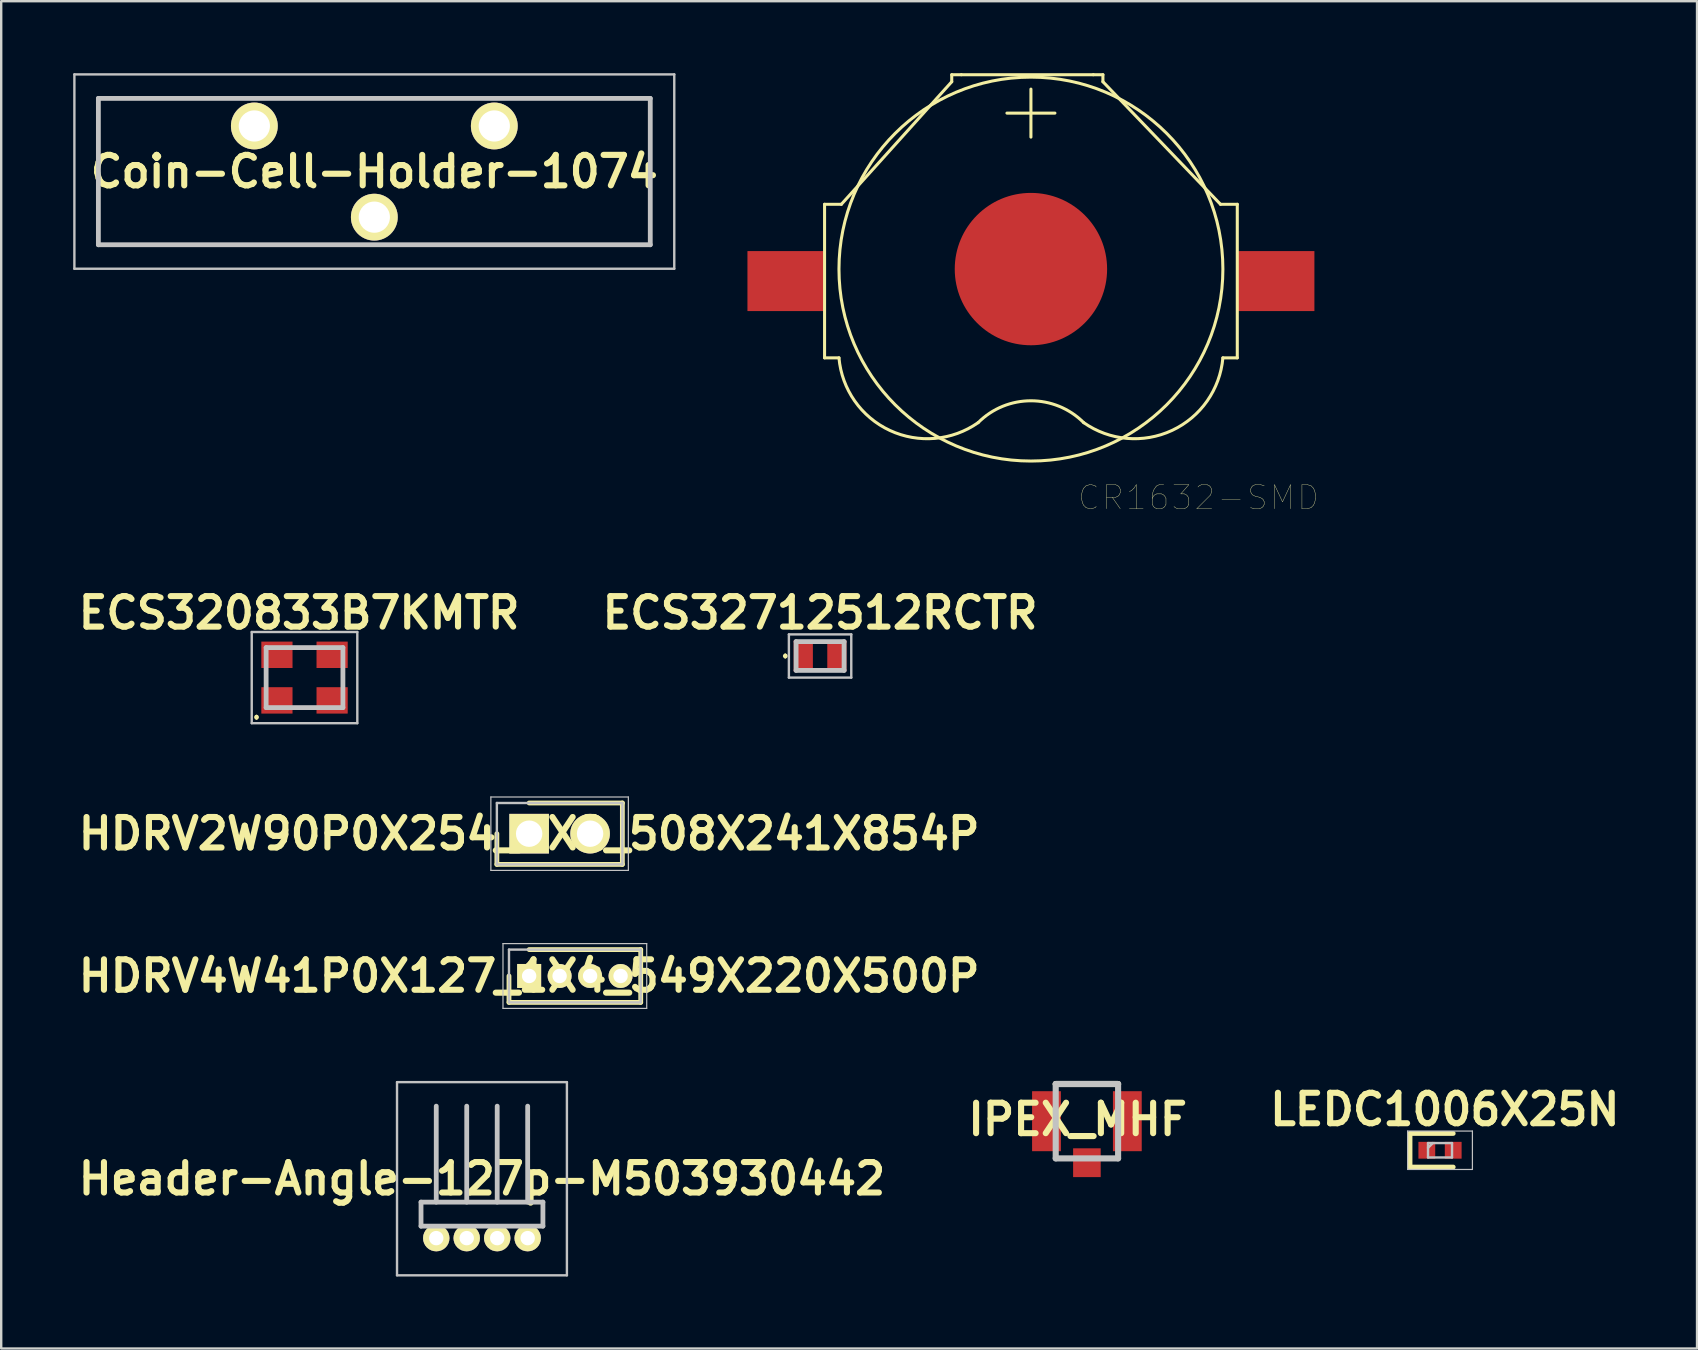
<source format=kicad_pcb>
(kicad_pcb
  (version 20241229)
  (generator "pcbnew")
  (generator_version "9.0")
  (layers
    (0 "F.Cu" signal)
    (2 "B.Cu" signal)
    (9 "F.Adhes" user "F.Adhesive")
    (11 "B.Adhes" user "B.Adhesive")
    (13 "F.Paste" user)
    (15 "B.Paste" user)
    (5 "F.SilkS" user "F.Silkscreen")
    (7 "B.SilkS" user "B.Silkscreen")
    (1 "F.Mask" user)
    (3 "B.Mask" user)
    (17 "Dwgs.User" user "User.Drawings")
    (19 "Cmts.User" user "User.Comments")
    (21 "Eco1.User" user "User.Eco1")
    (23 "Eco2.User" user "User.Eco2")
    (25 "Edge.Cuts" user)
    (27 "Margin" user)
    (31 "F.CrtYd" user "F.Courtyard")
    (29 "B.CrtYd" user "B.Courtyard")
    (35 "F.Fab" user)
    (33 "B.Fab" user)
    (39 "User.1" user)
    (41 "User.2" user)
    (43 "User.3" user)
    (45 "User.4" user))
  (footprint "Header-Angle-127p-M503930442"
    (layer "F.Cu")
    (at 15.131 48.549)
    (property "Reference" "Header-Angle-127p-M503930442" (at 1.905 -2.475 0) (layer "F.SilkS") (effects (font (size 1.27 1.27) (thickness 0.254))))
    (attr through_hole)
    (fp_line (start -0.635 -1.5) (end 4.445 -1.5) (stroke (width 0.1) (type solid)) (layer "F.SilkS"))
    (fp_line (start -0.635 -1) (end -0.635 -1.5) (stroke (width 0.1) (type solid)) (layer "F.SilkS"))
    (fp_line (start 4.445 -1.5) (end 4.445 -1) (stroke (width 0.1) (type solid)) (layer "F.SilkS"))
    (fp_line (start -1.635 -6.5) (end 5.445 -6.5) (stroke (width 0.1) (type solid)) (layer "Dwgs.User"))
    (fp_line (start -1.635 1.55) (end -1.635 -6.5) (stroke (width 0.1) (type solid)) (layer "Dwgs.User"))
    (fp_line (start -0.635 -1.5) (end 4.445 -1.5) (stroke (width 0.2) (type solid)) (layer "Dwgs.User"))
    (fp_line (start -0.635 -0.5) (end -0.635 -1.5) (stroke (width 0.2) (type solid)) (layer "Dwgs.User"))
    (fp_line (start 0 -1.5) (end 0 -5.5) (stroke (width 0.2) (type solid)) (layer "Dwgs.User"))
    (fp_line (start 1.27 -1.5) (end 1.27 -5.5) (stroke (width 0.2) (type solid)) (layer "Dwgs.User"))
    (fp_line (start 2.54 -1.5) (end 2.54 -5.5) (stroke (width 0.2) (type solid)) (layer "Dwgs.User"))
    (fp_line (start 3.81 -1.5) (end 3.81 -5.5) (stroke (width 0.2) (type solid)) (layer "Dwgs.User"))
    (fp_line (start 4.445 -1.5) (end 4.445 -0.5) (stroke (width 0.2) (type solid)) (layer "Dwgs.User"))
    (fp_line (start 4.445 -0.5) (end -0.635 -0.5) (stroke (width 0.2) (type solid)) (layer "Dwgs.User"))
    (fp_line (start 5.445 -6.5) (end 5.445 1.55) (stroke (width 0.1) (type solid)) (layer "Dwgs.User"))
    (fp_line (start 5.445 1.55) (end -1.635 1.55) (stroke (width 0.1) (type solid)) (layer "Dwgs.User"))
    (pad "1" thru_hole circle (at 0 0 90) (size 1.1 1.1) (drill 0.6) (layers "*.Cu" "*.Mask" "F.SilkS"))
    (pad "2" thru_hole circle (at 1.27 0 90) (size 1.1 1.1) (drill 0.6) (layers "*.Cu" "*.Mask" "F.SilkS"))
    (pad "3" thru_hole circle (at 2.54 0 90) (size 1.1 1.1) (drill 0.6) (layers "*.Cu" "*.Mask" "F.SilkS"))
    (pad "4" thru_hole circle (at 3.81 0 90) (size 1.1 1.1) (drill 0.6) (layers "*.Cu" "*.Mask" "F.SilkS")))
  (footprint "CR1632-SMD"
    (layer "F.Cu")
    (at 39.914 8.164)
    (property "Reference" "CR1632-SMD" (at 6.985 9.525 0) (layer "F.SilkS") (effects (font (size 1 1) (thickness 0.015))))
    (attr through_hole)
    (fp_circle (center 0 0) (end 1.27 0) (stroke (width 4.064) (type solid)) (fill no) (layer "F.Mask"))
    (fp_line (start -8.6 -2.7) (end -8.6 3.7) (stroke (width 0.127) (type solid)) (layer "F.SilkS"))
    (fp_line (start -8.6 3.7) (end -8 3.7) (stroke (width 0.127) (type solid)) (layer "F.SilkS"))
    (fp_line (start -7.9 -2.7) (end -8.6 -2.7) (stroke (width 0.127) (type solid)) (layer "F.SilkS"))
    (fp_line (start -3.3 -8.1) (end -2.9 -8.1) (stroke (width 0.127) (type solid)) (layer "F.SilkS"))
    (fp_line (start -3.3 -7.808) (end -7.9 -2.7) (stroke (width 0.127) (type solid)) (layer "F.SilkS"))
    (fp_line (start -3.3 -7.808) (end -3.3 -8.1) (stroke (width 0.127) (type solid)) (layer "F.SilkS"))
    (fp_line (start -2.9 -8.1) (end 2.6 -8.1) (stroke (width 0.127) (type solid)) (layer "F.SilkS"))
    (fp_line (start -1 -6.5) (end 1 -6.5) (stroke (width 0.127) (type solid)) (layer "F.SilkS"))
    (fp_line (start 0 -7.5) (end 0 -5.5) (stroke (width 0.127) (type solid)) (layer "F.SilkS"))
    (fp_line (start 2.6 -8.1) (end 3 -8.1) (stroke (width 0.127) (type solid)) (layer "F.SilkS"))
    (fp_line (start 3 -8.1) (end 3 -7.808) (stroke (width 0.127) (type solid)) (layer "F.SilkS"))
    (fp_line (start 3 -7.808) (end 7.9 -2.7) (stroke (width 0.127) (type solid)) (layer "F.SilkS"))
    (fp_line (start 7.9 -2.7) (end 8.6 -2.7) (stroke (width 0.127) (type solid)) (layer "F.SilkS"))
    (fp_line (start 8.6 -2.7) (end 8.6 3.7) (stroke (width 0.127) (type solid)) (layer "F.SilkS"))
    (fp_line (start 8.6 3.7) (end 8 3.7) (stroke (width 0.127) (type solid)) (layer "F.SilkS"))
    (fp_arc (start -2.2 6.4) (mid -5.879423 6.724316) (end -8 3.7) (stroke (width 0.127) (type solid)) (layer "F.SilkS"))
    (fp_arc (start -2.2 6.4) (mid 0 5.48873) (end 2.2 6.4) (stroke (width 0.127) (type solid)) (layer "F.SilkS"))
    (fp_arc (start 8 3.7) (mid 5.879423 6.724316) (end 2.2 6.4) (stroke (width 0.127) (type solid)) (layer "F.SilkS"))
    (fp_circle (center 0 0) (end 8 0) (stroke (width 0.127) (type solid)) (fill no) (layer "F.SilkS"))
    (pad "P$1" smd rect (at -10.214 0.5) (size 3.2 2.5) (layers "F.Cu" "F.Mask" "F.Paste"))
    (pad "P$2" smd rect (at 10.214 0.5) (size 3.2 2.5) (layers "F.Cu" "F.Mask" "F.Paste"))
    (pad "P$3" smd circle (at 0 0) (size 6.35 6.35) (layers "F.Cu" "F.Mask" "F.Paste")))
  (footprint "IPEX_MHF"
    (layer "F.Cu")
    (at 42.247 43.676)
    (property "Reference" "IPEX_MHF" (at -0.385 -0.075 0) (layer "F.SilkS") (effects (font (size 1.27 1.27) (thickness 0.254))))
    (attr smd)
    (fp_line (start -1.3 -1.55) (end 1.3 -1.55) (stroke (width 0.254) (type solid)) (layer "F.SilkS"))
    (fp_line (start -1.3 -1.55) (end 1.3 -1.55) (stroke (width 0.254) (type solid)) (layer "Dwgs.User"))
    (fp_line (start -1.3 1.55) (end -1.3 -1.55) (stroke (width 0.254) (type solid)) (layer "Dwgs.User"))
    (fp_line (start 1.3 -1.55) (end 1.3 1.55) (stroke (width 0.254) (type solid)) (layer "Dwgs.User"))
    (fp_line (start 1.3 1.55) (end -1.3 1.55) (stroke (width 0.254) (type solid)) (layer "Dwgs.User"))
    (pad "1" smd rect (at -1.685 0) (size 1.2 2.5) (layers "F.Cu" "F.Mask" "F.Paste"))
    (pad "2" smd rect (at 1.685 0) (size 1.2 2.5) (layers "F.Cu" "F.Mask" "F.Paste"))
    (pad "3" smd rect (at 0 1.73) (size 1.15 1.2) (layers "F.Cu" "F.Mask" "F.Paste")))
  (footprint "HDRV4W41P0X127_1X4_549X220X500P"
    (layer "F.Cu")
    (at 19.002 37.624)
    (property "Reference" "HDRV4W41P0X127_1X4_549X220X500P" (at 0 0 0) (layer "F.SilkS") (effects (font (size 1.27 1.27) (thickness 0.254))))
    (attr through_hole)
    (fp_line (start -0.84 0) (end -0.84 1.1) (stroke (width 0.2) (type solid)) (layer "F.SilkS"))
    (fp_line (start -0.84 1.1) (end 4.65 1.1) (stroke (width 0.2) (type solid)) (layer "F.SilkS"))
    (fp_line (start 4.65 -1.1) (end 0 -1.1) (stroke (width 0.2) (type solid)) (layer "F.SilkS"))
    (fp_line (start 4.65 1.1) (end 4.65 -1.1) (stroke (width 0.2) (type solid)) (layer "F.SilkS"))
    (fp_line (start -1.09 -1.35) (end 4.9 -1.35) (stroke (width 0.05) (type solid)) (layer "Dwgs.User"))
    (fp_line (start -1.09 1.35) (end -1.09 -1.35) (stroke (width 0.05) (type solid)) (layer "Dwgs.User"))
    (fp_line (start -0.84 -1.1) (end 4.65 -1.1) (stroke (width 0.1) (type solid)) (layer "Dwgs.User"))
    (fp_line (start -0.84 1.1) (end -0.84 -1.1) (stroke (width 0.1) (type solid)) (layer "Dwgs.User"))
    (fp_line (start 4.65 -1.1) (end 4.65 1.1) (stroke (width 0.1) (type solid)) (layer "Dwgs.User"))
    (fp_line (start 4.65 1.1) (end -0.84 1.1) (stroke (width 0.1) (type solid)) (layer "Dwgs.User"))
    (fp_line (start 4.9 -1.35) (end 4.9 1.35) (stroke (width 0.05) (type solid)) (layer "Dwgs.User"))
    (fp_line (start 4.9 1.35) (end -1.09 1.35) (stroke (width 0.05) (type solid)) (layer "Dwgs.User"))
    (pad "1" thru_hole rect (at 0 0 90) (size 1 1) (drill 0.6) (layers "*.Cu" "*.Mask" "F.SilkS"))
    (pad "2" thru_hole circle (at 1.27 0 90) (size 1 1) (drill 0.6) (layers "*.Cu" "*.Mask" "F.SilkS"))
    (pad "3" thru_hole circle (at 2.54 0 90) (size 1 1) (drill 0.6) (layers "*.Cu" "*.Mask" "F.SilkS"))
    (pad "4" thru_hole circle (at 3.81 0 90) (size 1 1) (drill 0.6) (layers "*.Cu" "*.Mask" "F.SilkS")))
  (footprint "HDRV2W90P0X254_1X2_508X241X854P"
    (layer "F.Cu")
    (at 19.002 31.694)
    (property "Reference" "HDRV2W90P0X254_1X2_508X241X854P" (at 0 0 0) (layer "F.SilkS") (effects (font (size 1.27 1.27) (thickness 0.254))))
    (attr through_hole)
    (fp_line (start -1.345 0) (end -1.345 1.28) (stroke (width 0.2) (type solid)) (layer "F.SilkS"))
    (fp_line (start -1.345 1.28) (end 3.885 1.28) (stroke (width 0.2) (type solid)) (layer "F.SilkS"))
    (fp_line (start 3.885 -1.28) (end 0 -1.28) (stroke (width 0.2) (type solid)) (layer "F.SilkS"))
    (fp_line (start 3.885 1.28) (end 3.885 -1.28) (stroke (width 0.2) (type solid)) (layer "F.SilkS"))
    (fp_line (start -1.595 -1.53) (end 4.135 -1.53) (stroke (width 0.05) (type solid)) (layer "Dwgs.User"))
    (fp_line (start -1.595 1.53) (end -1.595 -1.53) (stroke (width 0.05) (type solid)) (layer "Dwgs.User"))
    (fp_line (start -1.345 -1.28) (end 3.885 -1.28) (stroke (width 0.1) (type solid)) (layer "Dwgs.User"))
    (fp_line (start -1.345 1.28) (end -1.345 -1.28) (stroke (width 0.1) (type solid)) (layer "Dwgs.User"))
    (fp_line (start 3.885 -1.28) (end 3.885 1.28) (stroke (width 0.1) (type solid)) (layer "Dwgs.User"))
    (fp_line (start 3.885 1.28) (end -1.345 1.28) (stroke (width 0.1) (type solid)) (layer "Dwgs.User"))
    (fp_line (start 4.135 -1.53) (end 4.135 1.53) (stroke (width 0.05) (type solid)) (layer "Dwgs.User"))
    (fp_line (start 4.135 1.53) (end -1.595 1.53) (stroke (width 0.05) (type solid)) (layer "Dwgs.User"))
    (pad "1" thru_hole rect (at 0 0 90) (size 1.65 1.65) (drill 1.1) (layers "*.Cu" "*.Mask" "F.SilkS"))
    (pad "2" thru_hole circle (at 2.54 0 90) (size 1.65 1.65) (drill 1.1) (layers "*.Cu" "*.Mask" "F.SilkS")))
  (footprint "LEDC1006X25N"
    (layer "F.Cu")
    (at 56.963 44.887)
    (property "Reference" "LEDC1006X25N" (at 0.2 -1.7 0) (layer "F.SilkS") (effects (font (size 1.27 1.27) (thickness 0.254))))
    (attr smd)
    (fp_line (start -1.25 -0.7) (end -1.25 0.7) (stroke (width 0.2) (type solid)) (layer "F.SilkS"))
    (fp_line (start -1.25 0.7) (end 0.55 0.7) (stroke (width 0.2) (type solid)) (layer "F.SilkS"))
    (fp_line (start 0.55 -0.7) (end -1.25 -0.7) (stroke (width 0.2) (type solid)) (layer "F.SilkS"))
    (fp_line (start -1.35 -0.8) (end 1.35 -0.8) (stroke (width 0.05) (type solid)) (layer "Dwgs.User"))
    (fp_line (start -1.35 0.8) (end -1.35 -0.8) (stroke (width 0.05) (type solid)) (layer "Dwgs.User"))
    (fp_line (start -0.5 -0.3) (end 0.5 -0.3) (stroke (width 0.1) (type solid)) (layer "Dwgs.User"))
    (fp_line (start -0.5 -0.1) (end -0.3 -0.3) (stroke (width 0.1) (type solid)) (layer "Dwgs.User"))
    (fp_line (start -0.5 0.3) (end -0.5 -0.3) (stroke (width 0.1) (type solid)) (layer "Dwgs.User"))
    (fp_line (start 0.5 -0.3) (end 0.5 0.3) (stroke (width 0.1) (type solid)) (layer "Dwgs.User"))
    (fp_line (start 0.5 0.3) (end -0.5 0.3) (stroke (width 0.1) (type solid)) (layer "Dwgs.User"))
    (fp_line (start 1.35 -0.8) (end 1.35 0.8) (stroke (width 0.05) (type solid)) (layer "Dwgs.User"))
    (fp_line (start 1.35 0.8) (end -1.35 0.8) (stroke (width 0.05) (type solid)) (layer "Dwgs.User"))
    (pad "1" smd rect (at -0.55 0 90) (size 0.7 0.7) (layers "F.Cu" "F.Mask" "F.Paste"))
    (pad "2" smd rect (at 0.55 0 90) (size 0.7 0.7) (layers "F.Cu" "F.Mask" "F.Paste")))
  (footprint "ECS320833B7KMTR"
    (layer "F.Cu")
    (at 9.641 25.189)
    (property "Reference" "ECS320833B7KMTR" (at -0.225 -2.7 0) (layer "F.SilkS") (effects (font (size 1.27 1.27) (thickness 0.254))))
    (attr smd)
    (fp_line (start -2 1.6) (end -2 1.6) (stroke (width 0.1) (type solid)) (layer "F.SilkS"))
    (fp_line (start -2 1.7) (end -2 1.7) (stroke (width 0.1) (type solid)) (layer "F.SilkS"))
    (fp_line (start -1.6 0.2) (end -1.6 -0.2) (stroke (width 0.1) (type solid)) (layer "F.SilkS"))
    (fp_line (start -0.2 -1.25) (end 0.2 -1.25) (stroke (width 0.1) (type solid)) (layer "F.SilkS"))
    (fp_line (start -0.2 1.25) (end 0.2 1.25) (stroke (width 0.1) (type solid)) (layer "F.SilkS"))
    (fp_line (start 1.6 0.2) (end 1.6 -0.2) (stroke (width 0.1) (type solid)) (layer "F.SilkS"))
    (fp_arc (start -2 1.6) (mid -1.95 1.65) (end -2 1.7) (stroke (width 0.1) (type solid)) (layer "F.SilkS"))
    (fp_arc (start -2 1.7) (mid -2.05 1.65) (end -2 1.6) (stroke (width 0.1) (type solid)) (layer "F.SilkS"))
    (fp_line (start -2.2 -1.9) (end 2.2 -1.9) (stroke (width 0.1) (type solid)) (layer "Dwgs.User"))
    (fp_line (start -2.2 1.9) (end -2.2 -1.9) (stroke (width 0.1) (type solid)) (layer "Dwgs.User"))
    (fp_line (start -1.6 -1.25) (end 1.6 -1.25) (stroke (width 0.2) (type solid)) (layer "Dwgs.User"))
    (fp_line (start -1.6 1.25) (end -1.6 -1.25) (stroke (width 0.2) (type solid)) (layer "Dwgs.User"))
    (fp_line (start 1.6 -1.25) (end 1.6 1.25) (stroke (width 0.2) (type solid)) (layer "Dwgs.User"))
    (fp_line (start 1.6 1.25) (end -1.6 1.25) (stroke (width 0.2) (type solid)) (layer "Dwgs.User"))
    (fp_line (start 2.2 -1.9) (end 2.2 1.9) (stroke (width 0.1) (type solid)) (layer "Dwgs.User"))
    (fp_line (start 2.2 1.9) (end -2.2 1.9) (stroke (width 0.1) (type solid)) (layer "Dwgs.User"))
    (pad "1" smd rect (at -1.15 0.95 90) (size 1.1 1.3) (layers "F.Cu" "F.Mask" "F.Paste"))
    (pad "2" smd rect (at 1.15 0.95 90) (size 1.1 1.3) (layers "F.Cu" "F.Mask" "F.Paste"))
    (pad "3" smd rect (at 1.15 -0.95 90) (size 1.1 1.3) (layers "F.Cu" "F.Mask" "F.Paste"))
    (pad "4" smd rect (at -1.15 -0.95 90) (size 1.1 1.3) (layers "F.Cu" "F.Mask" "F.Paste")))
  (footprint "ECS32712512RCTR"
    (layer "F.Cu")
    (at 31.127 24.289)
    (property "Reference" "ECS32712512RCTR" (at 0 -1.8 0) (layer "F.SilkS") (effects (font (size 1.27 1.27) (thickness 0.254))))
    (attr smd)
    (fp_line (start -1.45 -0.05) (end -1.45 -0.05) (stroke (width 0.1) (type solid)) (layer "F.SilkS"))
    (fp_line (start -1.45 0.05) (end -1.45 0.05) (stroke (width 0.1) (type solid)) (layer "F.SilkS"))
    (fp_line (start -0.1 -0.6) (end 0.1 -0.6) (stroke (width 0.1) (type solid)) (layer "F.SilkS"))
    (fp_line (start -0.1 0.6) (end 0.1 0.6) (stroke (width 0.1) (type solid)) (layer "F.SilkS"))
    (fp_arc (start -1.45 -0.05) (mid -1.4 0) (end -1.45 0.05) (stroke (width 0.1) (type solid)) (layer "F.SilkS"))
    (fp_arc (start -1.45 0.05) (mid -1.5 0) (end -1.45 -0.05) (stroke (width 0.1) (type solid)) (layer "F.SilkS"))
    (fp_line (start -1.3 -0.9) (end 1.3 -0.9) (stroke (width 0.1) (type solid)) (layer "Dwgs.User"))
    (fp_line (start -1.3 0.9) (end -1.3 -0.9) (stroke (width 0.1) (type solid)) (layer "Dwgs.User"))
    (fp_line (start -1 -0.6) (end 1 -0.6) (stroke (width 0.2) (type solid)) (layer "Dwgs.User"))
    (fp_line (start -1 0.6) (end -1 -0.6) (stroke (width 0.2) (type solid)) (layer "Dwgs.User"))
    (fp_line (start 1 -0.6) (end 1 0.6) (stroke (width 0.2) (type solid)) (layer "Dwgs.User"))
    (fp_line (start 1 0.6) (end -1 0.6) (stroke (width 0.2) (type solid)) (layer "Dwgs.User"))
    (fp_line (start 1.3 -0.9) (end 1.3 0.9) (stroke (width 0.1) (type solid)) (layer "Dwgs.User"))
    (fp_line (start 1.3 0.9) (end -1.3 0.9) (stroke (width 0.1) (type solid)) (layer "Dwgs.User"))
    (pad "1" smd rect (at -0.7 0) (size 0.8 1.3) (layers "F.Cu" "F.Mask" "F.Paste"))
    (pad "2" smd rect (at 0.7 0) (size 0.8 1.3) (layers "F.Cu" "F.Mask" "F.Paste")))
  (footprint "Coin-Cell-Holder-1074"
    (layer "F.Cu")
    (at 7.55 2.2)
    (property "Reference" "Coin-Cell-Holder-1074" (at 5 1.9 0) (layer "F.SilkS") (effects (font (size 1.27 1.27) (thickness 0.254))))
    (attr through_hole)
    (fp_line (start -6.5 -1.15) (end 16.5 -1.15) (stroke (width 0.1) (type solid)) (layer "F.SilkS"))
    (fp_line (start -6.5 4.95) (end -6.5 -1.15) (stroke (width 0.1) (type solid)) (layer "F.SilkS"))
    (fp_line (start 16.5 -1.15) (end 16.5 4.95) (stroke (width 0.1) (type solid)) (layer "F.SilkS"))
    (fp_line (start 16.5 4.95) (end -6.5 4.95) (stroke (width 0.1) (type solid)) (layer "F.SilkS"))
    (fp_line (start -7.5 -2.15) (end 17.5 -2.15) (stroke (width 0.1) (type solid)) (layer "Dwgs.User"))
    (fp_line (start -7.5 5.95) (end -7.5 -2.15) (stroke (width 0.1) (type solid)) (layer "Dwgs.User"))
    (fp_line (start -6.5 -1.15) (end 16.5 -1.15) (stroke (width 0.2) (type solid)) (layer "Dwgs.User"))
    (fp_line (start -6.5 4.95) (end -6.5 -1.15) (stroke (width 0.2) (type solid)) (layer "Dwgs.User"))
    (fp_line (start 16.5 -1.15) (end 16.5 4.95) (stroke (width 0.2) (type solid)) (layer "Dwgs.User"))
    (fp_line (start 16.5 4.95) (end -6.5 4.95) (stroke (width 0.2) (type solid)) (layer "Dwgs.User"))
    (fp_line (start 17.5 -2.15) (end 17.5 5.95) (stroke (width 0.1) (type solid)) (layer "Dwgs.User"))
    (fp_line (start 17.5 5.95) (end -7.5 5.95) (stroke (width 0.1) (type solid)) (layer "Dwgs.User"))
    (pad "1" thru_hole circle (at 0 0 90) (size 1.95 1.95) (drill 1.3) (layers "*.Cu" "*.Mask" "F.SilkS"))
    (pad "2" thru_hole circle (at 5 3.8 90) (size 1.95 1.95) (drill 1.3) (layers "*.Cu" "*.Mask" "F.SilkS"))
    (pad "3" thru_hole circle (at 10 0 90) (size 1.95 1.95) (drill 1.3) (layers "*.Cu" "*.Mask" "F.SilkS")))
  (gr_rect
    (start -3 -3)
    (end 67.674 53.149)
    (stroke (width 0.1) (type default))
    (fill no)
    (layer "Edge.Cuts")))
</source>
